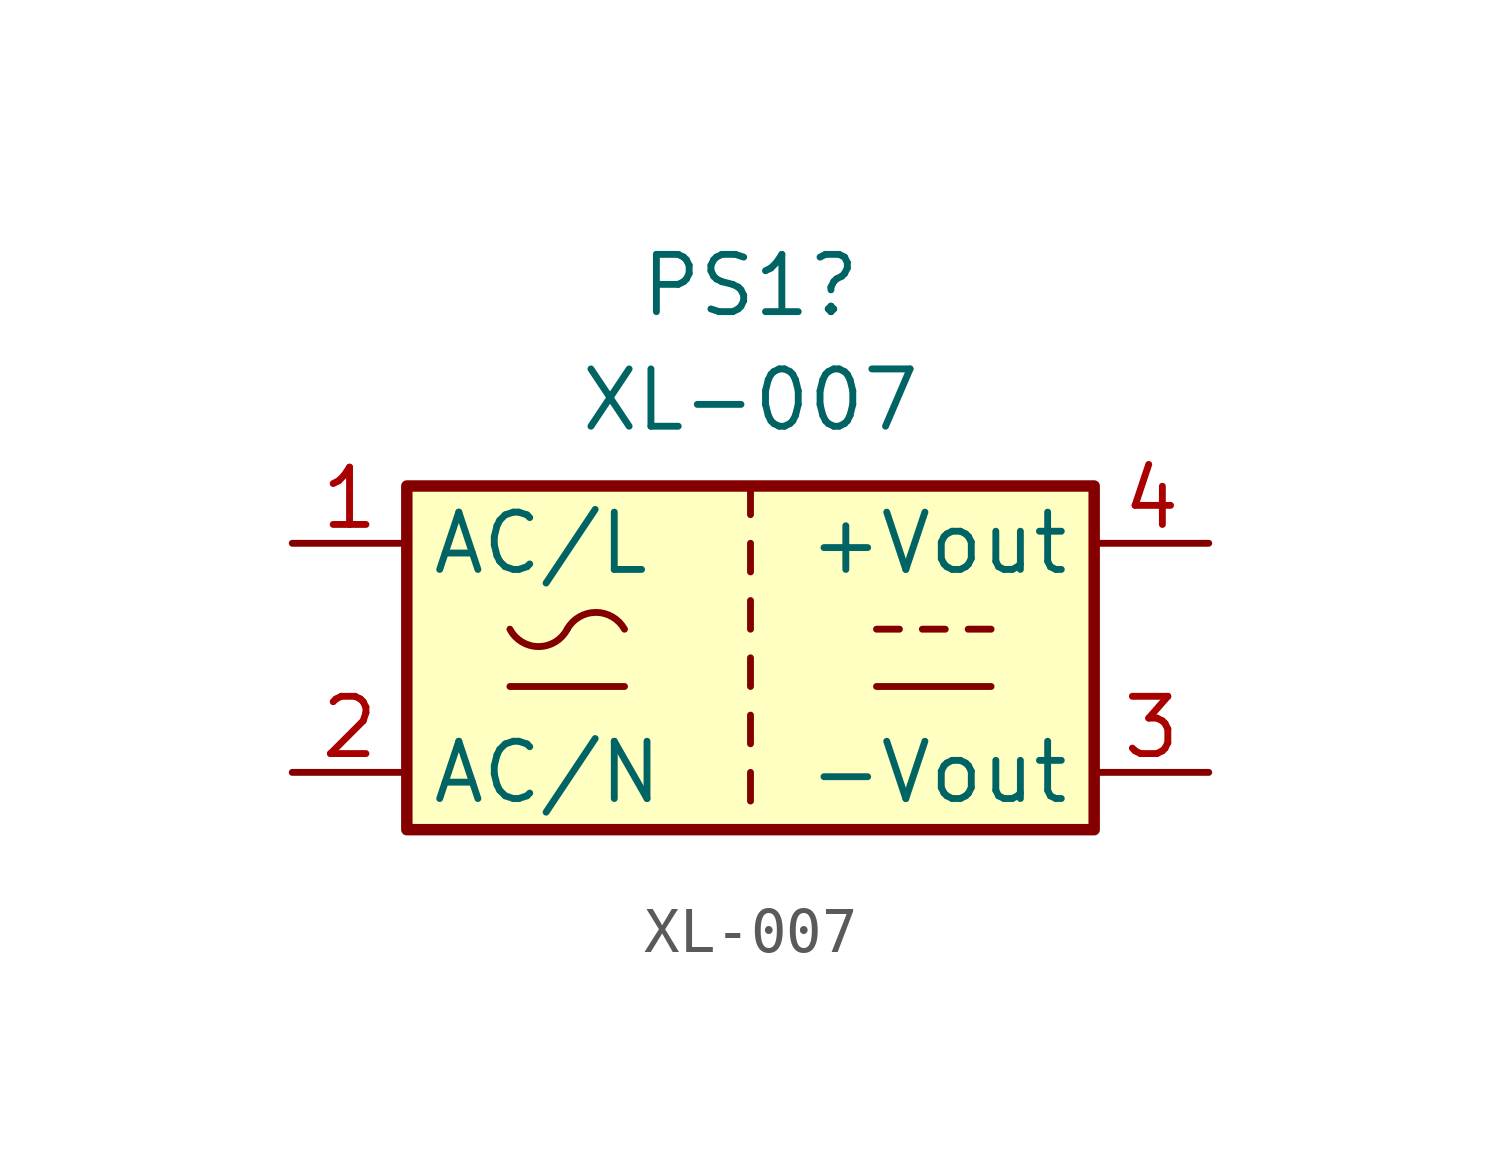
<source format=kicad_sym>
(kicad_symbol_lib
  (version 20220914)
  (generator kicad_symbol_editor)
  (symbol "XL-007"
    (property "Reference" "PS1"
      (at 0 8.255 0)
      (effects (font (size 1.27 1.27))))
    (property "Value" "XL-007"
      (at 0 5.715 0)
      (effects (font (size 1.27 1.27))))
    (symbol "XL-007_0_1"
      (rectangle (start -7.62 3.81) (end 7.62 -3.81) (stroke (width 0.254) (type default)) (fill (type background)))
      (arc (start -5.334 0.635) (mid -4.699 0.2495) (end -4.064 0.635) (stroke (width 0) (type default)) (fill (type none)))
      (arc (start -2.794 0.635) (mid -3.429 1.0072) (end -4.064 0.635) (stroke (width 0) (type default)) (fill (type none)))
      (polyline (pts (xy -5.334 -0.635) (xy -2.794 -0.635)) (stroke (width 0) (type default)) (fill (type none)))
      (polyline (pts (xy 0 -2.54) (xy 0 -3.175)) (stroke (width 0) (type default)) (fill (type none)))
      (polyline (pts (xy 0 -1.27) (xy 0 -1.905)) (stroke (width 0) (type default)) (fill (type none)))
      (polyline (pts (xy 0 0) (xy 0 -0.635)) (stroke (width 0) (type default)) (fill (type none)))
      (polyline (pts (xy 0 1.27) (xy 0 0.635)) (stroke (width 0) (type default)) (fill (type none)))
      (polyline (pts (xy 0 2.54) (xy 0 1.905)) (stroke (width 0) (type default)) (fill (type none)))
      (polyline (pts (xy 0 3.81) (xy 0 3.175)) (stroke (width 0) (type default)) (fill (type none)))
      (polyline (pts (xy 2.794 -0.635) (xy 5.334 -0.635)) (stroke (width 0) (type default)) (fill (type none)))
      (polyline (pts (xy 2.794 0.635) (xy 3.302 0.635)) (stroke (width 0) (type default)) (fill (type none)))
      (polyline (pts (xy 3.81 0.635) (xy 4.318 0.635)) (stroke (width 0) (type default)) (fill (type none)))
      (polyline (pts (xy 4.826 0.635) (xy 5.334 0.635)) (stroke (width 0) (type default)) (fill (type none))))
    (symbol "XL-007_1_1"
      (pin power_in line (at -10.16 2.54 0) (length 2.54) (name "AC/L" (effects (font (size 1.27 1.27)))) (number "1" (effects (font (size 1.27 1.27)))))
      (pin power_in line (at -10.16 -2.54 0) (length 2.54) (name "AC/N" (effects (font (size 1.27 1.27)))) (number "2" (effects (font (size 1.27 1.27)))))
      (pin power_out line (at 10.16 -2.54 180) (length 2.54) (name "-Vout" (effects (font (size 1.27 1.27)))) (number "3" (effects (font (size 1.27 1.27)))))
      (pin power_out line (at 10.16 2.54 180) (length 2.54) (name "+Vout" (effects (font (size 1.27 1.27)))) (number "4" (effects (font (size 1.27 1.27))))))))
</source>
